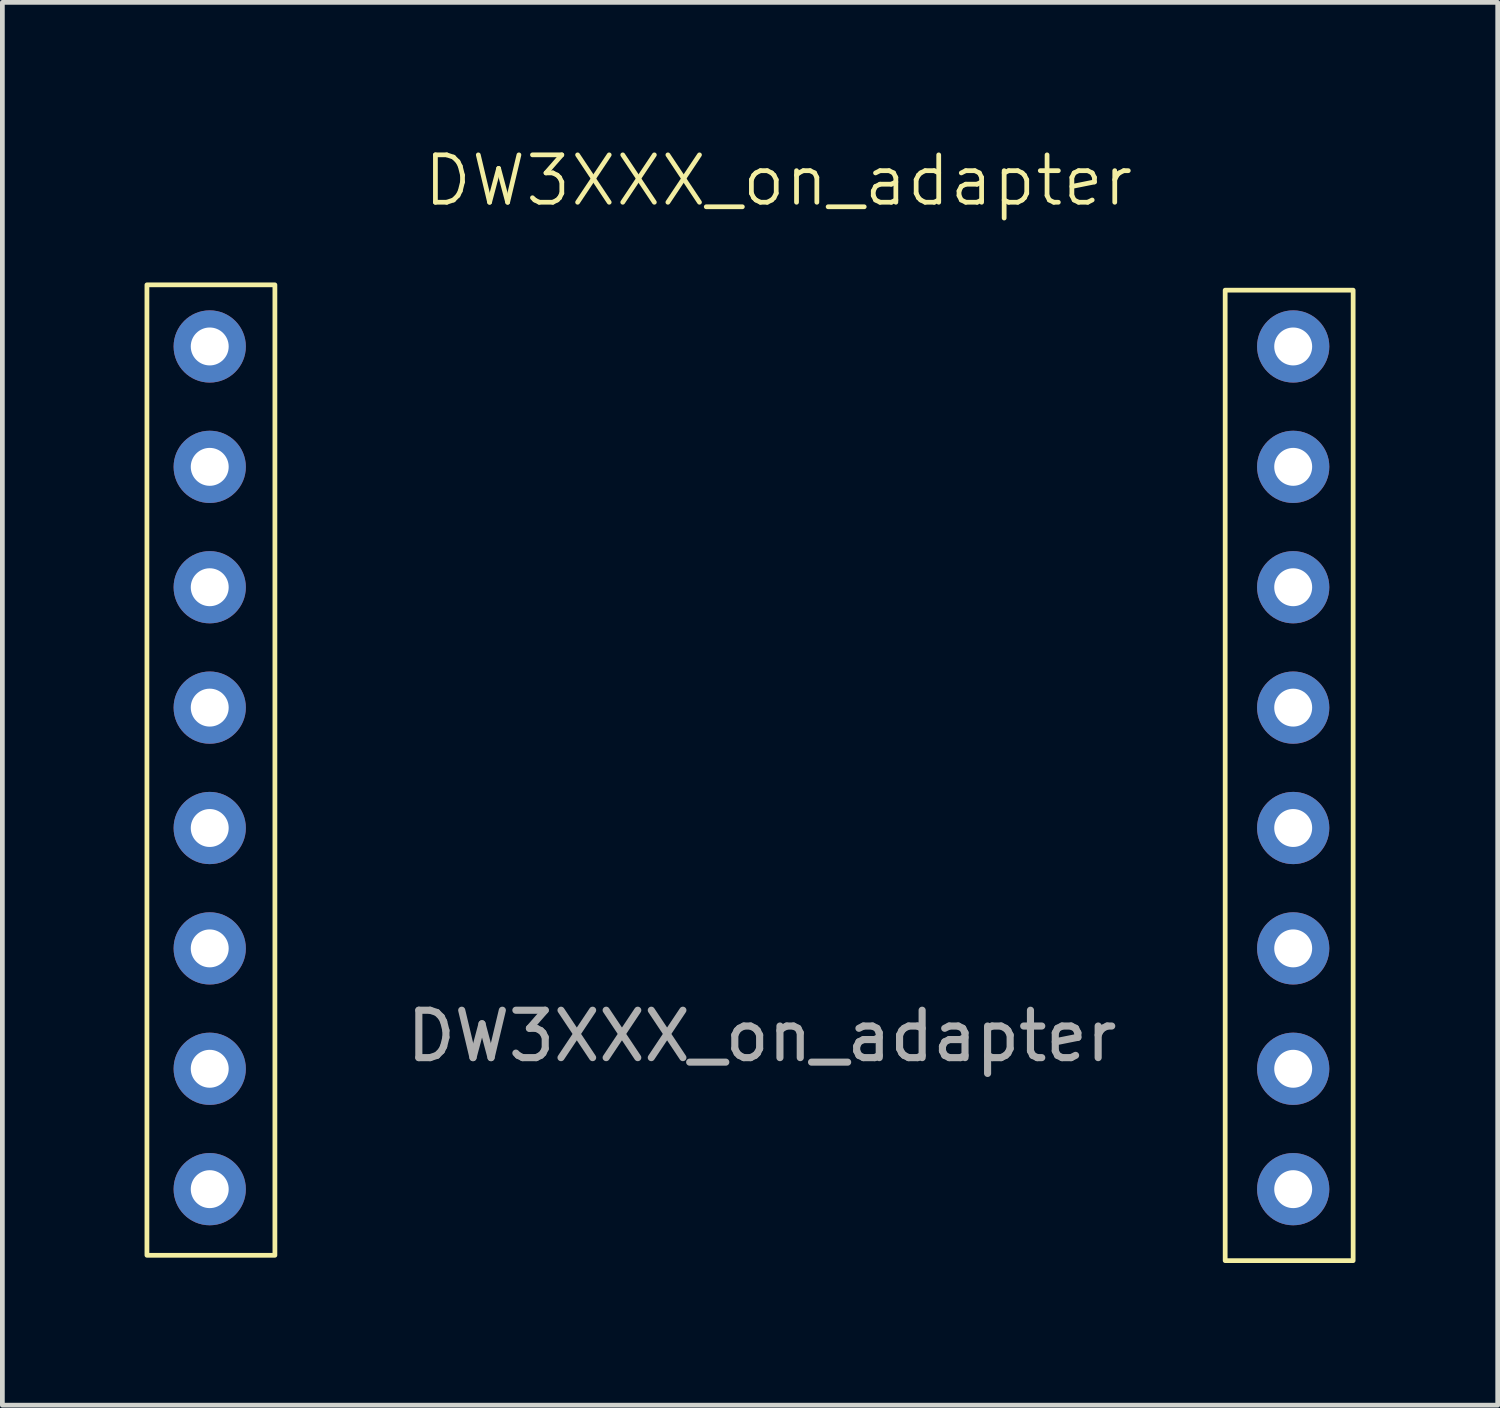
<source format=kicad_pcb>
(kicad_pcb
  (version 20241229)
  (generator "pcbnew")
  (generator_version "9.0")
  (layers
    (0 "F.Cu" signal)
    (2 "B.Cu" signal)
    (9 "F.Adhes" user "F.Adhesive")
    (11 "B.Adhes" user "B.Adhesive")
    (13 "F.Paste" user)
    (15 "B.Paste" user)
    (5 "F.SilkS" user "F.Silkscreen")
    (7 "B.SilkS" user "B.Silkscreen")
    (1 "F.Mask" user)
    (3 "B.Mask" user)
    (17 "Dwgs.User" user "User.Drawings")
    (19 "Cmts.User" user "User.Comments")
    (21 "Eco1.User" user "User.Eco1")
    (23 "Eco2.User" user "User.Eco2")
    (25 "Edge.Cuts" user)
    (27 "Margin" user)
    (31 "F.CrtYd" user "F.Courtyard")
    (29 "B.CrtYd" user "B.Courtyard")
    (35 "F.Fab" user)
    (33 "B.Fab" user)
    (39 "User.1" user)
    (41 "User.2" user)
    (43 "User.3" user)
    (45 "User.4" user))
  (footprint "DW3XXX_on_adapter"
    (layer "F.Cu")
    (at 13.375 1.26)
    (property "Reference" "DW3XXX_on_adapter" (at 0 -0.5 0) (unlocked yes) (layer "F.SilkS") (effects (font (size 1 1) (thickness 0.1))))
    (attr through_hole)
    (fp_rect (start -13.325 1.7) (end -10.625 22.175) (stroke (width 0.1) (type default)) (fill no) (layer "F.SilkS"))
    (fp_rect (start 9.425 1.812) (end 12.125 22.288) (stroke (width 0.1) (type default)) (fill no) (layer "F.SilkS"))
    (fp_text user "${REFERENCE}" (at -0.35 17.55 0) (unlocked yes) (layer "F.Fab") (effects (font (size 1 1) (thickness 0.15))))
    (pad "1" thru_hole circle (at -12 3) (size 1.524 1.524) (drill 0.8) (layers "*.Cu" "*.Mask"))
    (pad "2" thru_hole circle (at -12 5.54) (size 1.524 1.524) (drill 0.8) (layers "*.Cu" "*.Mask"))
    (pad "3" thru_hole circle (at -12 8.08) (size 1.524 1.524) (drill 0.8) (layers "*.Cu" "*.Mask"))
    (pad "4" thru_hole circle (at -12 10.62) (size 1.524 1.524) (drill 0.8) (layers "*.Cu" "*.Mask"))
    (pad "5" thru_hole circle (at -12 13.16) (size 1.524 1.524) (drill 0.8) (layers "*.Cu" "*.Mask"))
    (pad "6" thru_hole circle (at -12 15.7) (size 1.524 1.524) (drill 0.8) (layers "*.Cu" "*.Mask"))
    (pad "7" thru_hole circle (at -12 18.24) (size 1.524 1.524) (drill 0.8) (layers "*.Cu" "*.Mask"))
    (pad "8" thru_hole circle (at -12 20.78) (size 1.524 1.524) (drill 0.8) (layers "*.Cu" "*.Mask"))
    (pad "9" thru_hole circle (at 10.86 20.78) (size 1.524 1.524) (drill 0.8) (layers "*.Cu" "*.Mask"))
    (pad "10" thru_hole circle (at 10.86 18.24) (size 1.524 1.524) (drill 0.8) (layers "*.Cu" "*.Mask"))
    (pad "11" thru_hole circle (at 10.86 15.7) (size 1.524 1.524) (drill 0.8) (layers "*.Cu" "*.Mask"))
    (pad "12" thru_hole circle (at 10.86 13.16) (size 1.524 1.524) (drill 0.8) (layers "*.Cu" "*.Mask"))
    (pad "13" thru_hole circle (at 10.86 10.62) (size 1.524 1.524) (drill 0.8) (layers "*.Cu" "*.Mask"))
    (pad "14" thru_hole circle (at 10.86 8.08) (size 1.524 1.524) (drill 0.8) (layers "*.Cu" "*.Mask"))
    (pad "15" thru_hole circle (at 10.86 5.54) (size 1.524 1.524) (drill 0.8) (layers "*.Cu" "*.Mask"))
    (pad "16" thru_hole circle (at 10.86 3) (size 1.524 1.524) (drill 0.8) (layers "*.Cu" "*.Mask")))
  (gr_rect
    (start -3 -3)
    (end 28.55 26.598)
    (stroke (width 0.1) (type default))
    (fill no)
    (layer "Edge.Cuts")))
</source>
